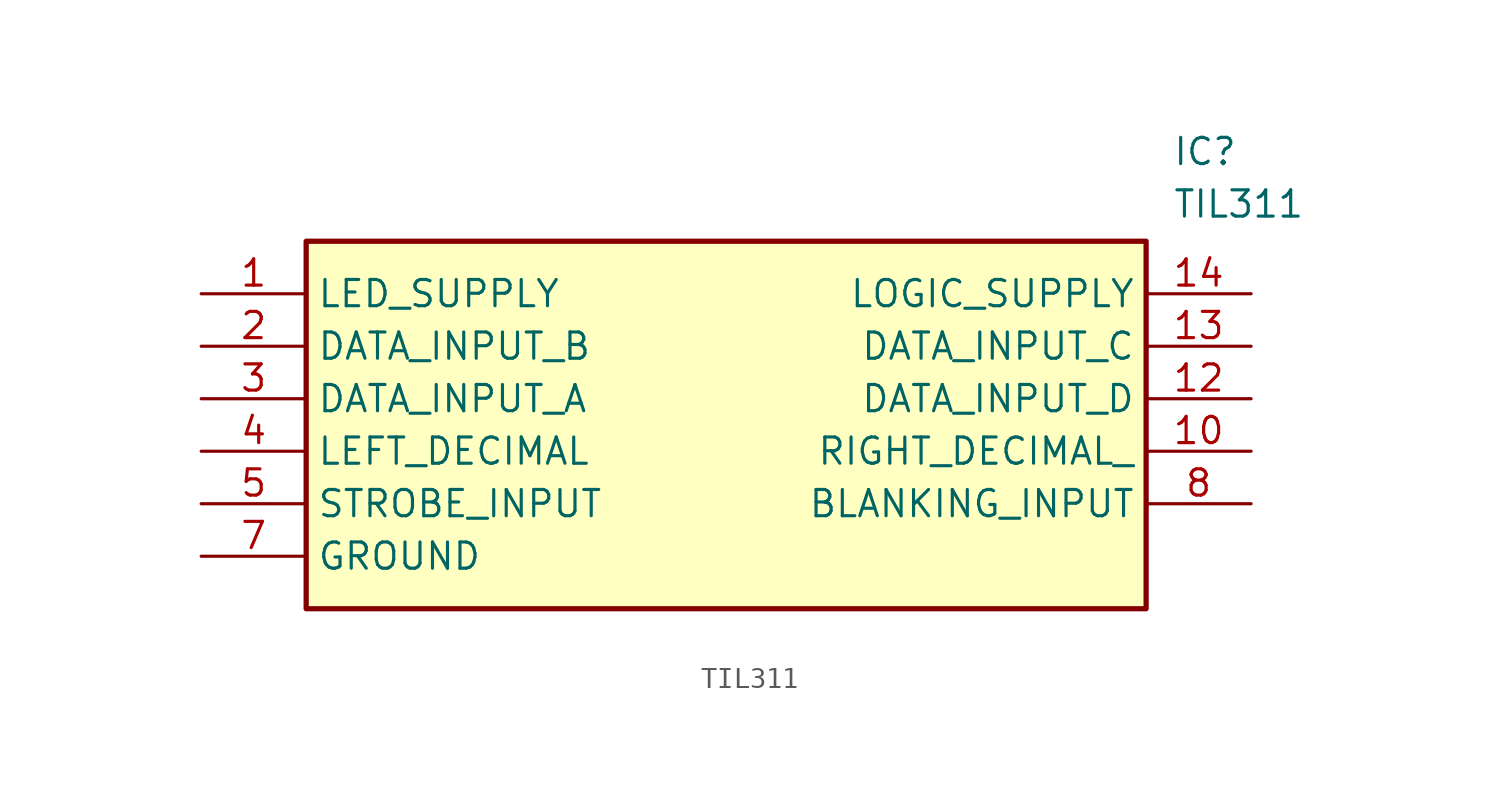
<source format=kicad_sym>
(kicad_symbol_lib
  (version 20211014)
  (generator SamacSys_ECAD_Model)
  (symbol "TIL311"
    (property "Reference" "IC"
      (at 46.99 7.62 0)
      (effects (font (size 1.27 1.27)) (justify left top)))
    (property "Value" "TIL311"
      (at 46.99 5.08 0)
      (effects (font (size 1.27 1.27)) (justify left top)))
    (rectangle
      (start 5.08 2.54)
      (end 45.72 -15.24)
      (stroke (width 0.254) (type default))
      (fill (type background)))
    (pin passive line
      (at 0 0 0)
      (length 5.08)
      (name "LED_SUPPLY" (effects (font (size 1.27 1.27))))
      (number "1" (effects (font (size 1.27 1.27)))))
    (pin passive line
      (at 0 -2.54 0)
      (length 5.08)
      (name "DATA_INPUT_B" (effects (font (size 1.27 1.27))))
      (number "2" (effects (font (size 1.27 1.27)))))
    (pin passive line
      (at 0 -5.08 0)
      (length 5.08)
      (name "DATA_INPUT_A" (effects (font (size 1.27 1.27))))
      (number "3" (effects (font (size 1.27 1.27)))))
    (pin passive line
      (at 0 -7.62 0)
      (length 5.08)
      (name "LEFT_DECIMAL" (effects (font (size 1.27 1.27))))
      (number "4" (effects (font (size 1.27 1.27)))))
    (pin passive line
      (at 0 -10.16 0)
      (length 5.08)
      (name "STROBE_INPUT" (effects (font (size 1.27 1.27))))
      (number "5" (effects (font (size 1.27 1.27)))))
    (pin passive line
      (at 0 -12.7 0)
      (length 5.08)
      (name "GROUND" (effects (font (size 1.27 1.27))))
      (number "7" (effects (font (size 1.27 1.27)))))
    (pin passive line
      (at 50.8 -10.16 180)
      (length 5.08)
      (name "BLANKING_INPUT" (effects (font (size 1.27 1.27))))
      (number "8" (effects (font (size 1.27 1.27)))))
    (pin passive line
      (at 50.8 -7.62 180)
      (length 5.08)
      (name "RIGHT_DECIMAL_" (effects (font (size 1.27 1.27))))
      (number "10" (effects (font (size 1.27 1.27)))))
    (pin passive line
      (at 50.8 -5.08 180)
      (length 5.08)
      (name "DATA_INPUT_D" (effects (font (size 1.27 1.27))))
      (number "12" (effects (font (size 1.27 1.27)))))
    (pin passive line
      (at 50.8 -2.54 180)
      (length 5.08)
      (name "DATA_INPUT_C" (effects (font (size 1.27 1.27))))
      (number "13" (effects (font (size 1.27 1.27)))))
    (pin passive line
      (at 50.8 0 180)
      (length 5.08)
      (name "LOGIC_SUPPLY" (effects (font (size 1.27 1.27))))
      (number "14" (effects (font (size 1.27 1.27)))))))
</source>
